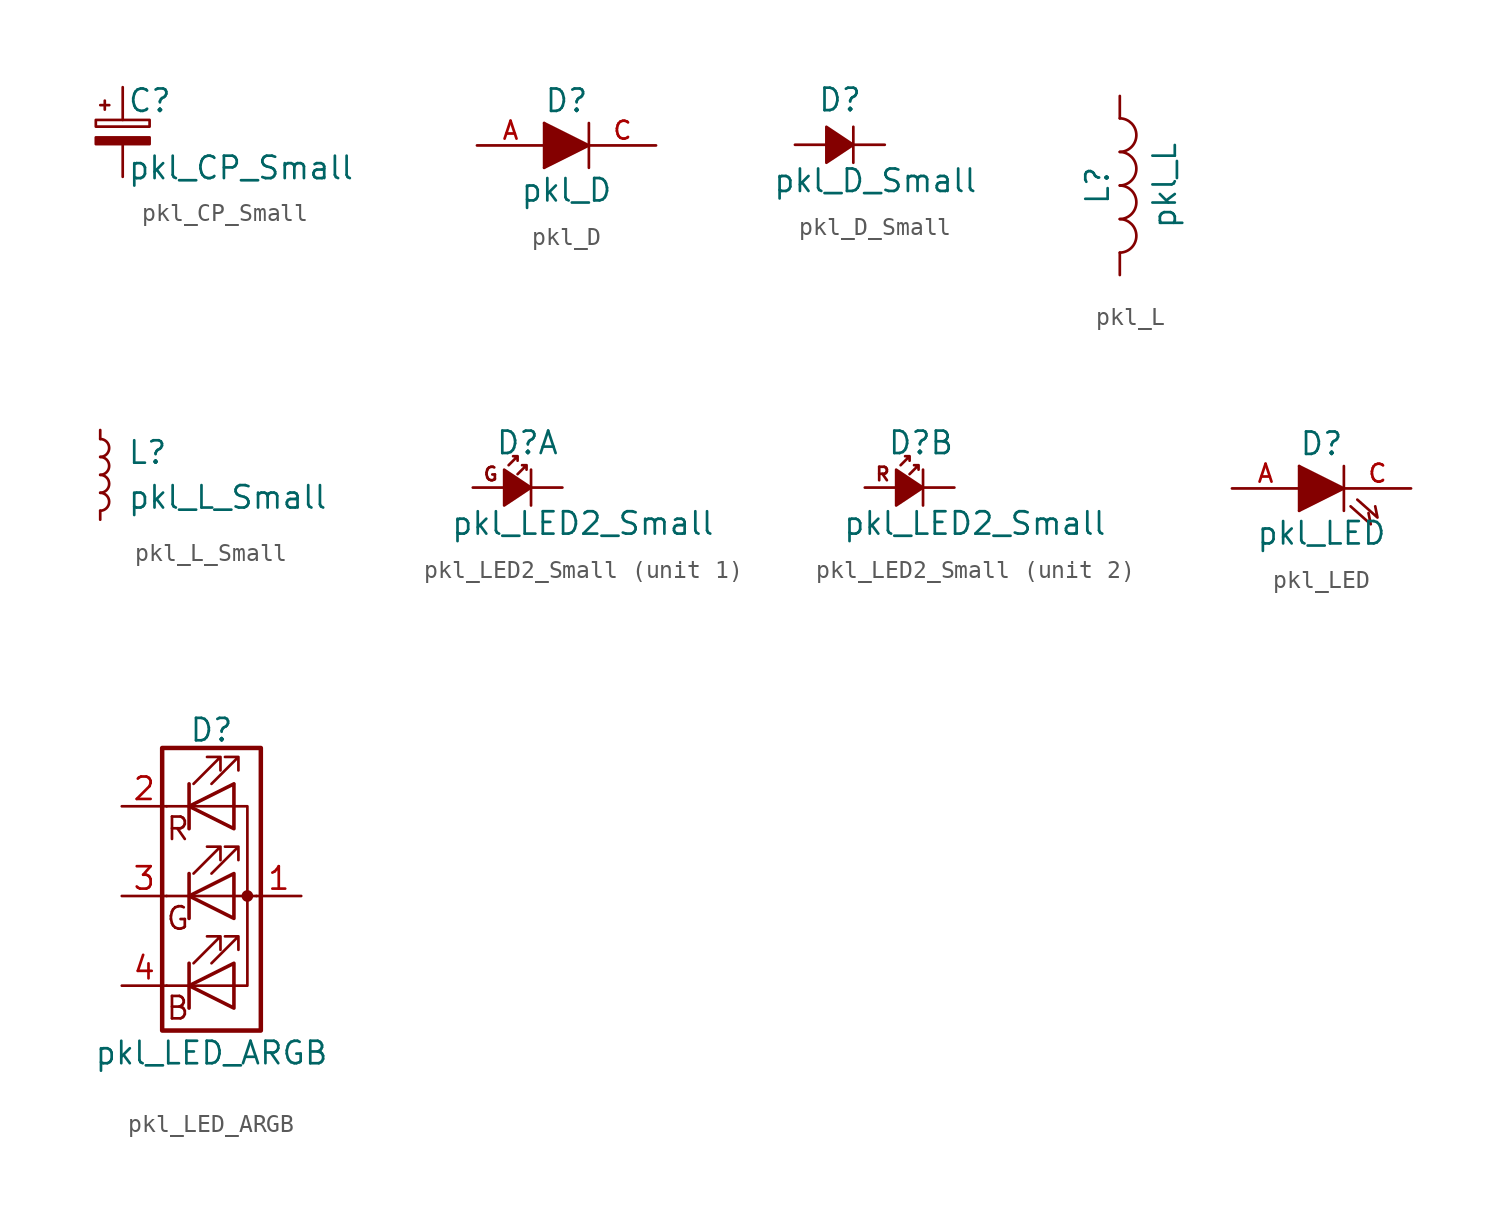
<source format=kicad_sym>
(kicad_symbol_lib
  (version 20220914)
  (generator kicad_symbol_editor)
  (symbol "pkl_CP_Small"
    (pin_numbers hide)
    (pin_names
      (offset 0.254) hide)
    (property "Reference" "C"
      (at 0.254 1.778 0)
      (effects (font (size 1.27 1.27)) (justify left)))
    (property "Value" "pkl_CP_Small"
      (at 0.254 -2.032 0)
      (effects (font (size 1.27 1.27)) (justify left)))
    (symbol "pkl_CP_Small_0_1"
      (rectangle (start -1.524 -0.305) (end 1.524 -0.686) (stroke (width 0) (type default)) (fill (type outline)))
      (rectangle (start -1.524 0.686) (end 1.524 0.305) (stroke (width 0) (type default)) (fill (type none)))
      (polyline (pts (xy -1.27 1.524) (xy -0.762 1.524)) (stroke (width 0) (type default)) (fill (type none)))
      (polyline (pts (xy -1.016 1.27) (xy -1.016 1.778)) (stroke (width 0) (type default)) (fill (type none))))
    (symbol "pkl_CP_Small_1_1"
      (pin passive line (at 0 2.54 270) (length 1.854) (name "~" (effects (font (size 1.016 1.016)))) (number "1" (effects (font (size 1.016 1.016)))))
      (pin passive line (at 0 -2.54 90) (length 1.854) (name "~" (effects (font (size 1.016 1.016)))) (number "2" (effects (font (size 1.016 1.016)))))))
  (symbol "pkl_D"
    (pin_names
      (offset 1.016) hide)
    (property "Reference" "D"
      (at 0 2.54 0)
      (effects (font (size 1.27 1.27))))
    (property "Value" "pkl_D"
      (at 0 -2.54 0)
      (effects (font (size 1.27 1.27))))
    (symbol "pkl_D_0_1"
      (polyline (pts (xy -1.27 1.27) (xy -1.27 -1.27)) (stroke (width 0) (type default)) (fill (type none)))
      (polyline (pts (xy 1.27 1.27) (xy 1.27 -1.27)) (stroke (width 0) (type default)) (fill (type none)))
      (polyline (pts (xy -1.27 1.27) (xy 1.27 0) (xy -1.27 -1.27)) (stroke (width 0) (type default)) (fill (type outline))))
    (symbol "pkl_D_1_1"
      (pin passive line (at -5.08 0 0) (length 3.81) (name "A" (effects (font (size 1.016 1.016)))) (number "A" (effects (font (size 1.016 1.016)))))
      (pin passive line (at 5.08 0 180) (length 3.81) (name "C" (effects (font (size 1.016 1.016)))) (number "C" (effects (font (size 1.016 1.016)))))))
  (symbol "pkl_D_Small"
    (pin_numbers hide)
    (pin_names
      (offset 0.254) hide)
    (property "Reference" "D"
      (at -1.27 2.54 0)
      (effects (font (size 1.27 1.27)) (justify left)))
    (property "Value" "pkl_D_Small"
      (at -3.81 -2.032 0)
      (effects (font (size 1.27 1.27)) (justify left)))
    (symbol "pkl_D_Small_0_1"
      (polyline (pts (xy 0.762 -1.016) (xy 0.762 1.016)) (stroke (width 0) (type default)) (fill (type none)))
      (polyline (pts (xy -0.762 -1.016) (xy 0.762 0) (xy -0.762 1.016) (xy -0.762 -1.016)) (stroke (width 0) (type default)) (fill (type outline))))
    (symbol "pkl_D_Small_1_1"
      (pin passive line (at -2.54 0 0) (length 1.778) (name "A" (effects (font (size 1.016 1.016)))) (number "A" (effects (font (size 1.016 1.016)))))
      (pin passive line (at 2.54 0 180) (length 1.778) (name "C" (effects (font (size 1.016 1.016)))) (number "C" (effects (font (size 1.016 1.016)))))))
  (symbol "pkl_L"
    (pin_numbers hide)
    (pin_names
      (offset 1.016) hide)
    (property "Reference" "L"
      (at -1.27 0 90)
      (effects (font (size 1.27 1.27))))
    (property "Value" "pkl_L"
      (at 2.54 0 90)
      (effects (font (size 1.27 1.27))))
    (symbol "pkl_L_0_1"
      (arc (start 0 -3.81) (mid 0.9388 -2.8575) (end 0 -1.905) (stroke (width 0) (type default)) (fill (type none)))
      (arc (start 0 -1.905) (mid 0.9388 -0.9525) (end 0 0) (stroke (width 0) (type default)) (fill (type none)))
      (arc (start 0 0) (mid 0.9399 0.9525) (end 0 1.905) (stroke (width 0) (type default)) (fill (type none)))
      (arc (start 0 1.905) (mid 0.9399 2.8575) (end 0 3.81) (stroke (width 0) (type default)) (fill (type none))))
    (symbol "pkl_L_1_1"
      (pin passive line (at 0 5.08 270) (length 1.27) (name "1" (effects (font (size 1.778 1.778)))) (number "1" (effects (font (size 1.778 1.778)))))
      (pin passive line (at 0 -5.08 90) (length 1.27) (name "2" (effects (font (size 1.778 1.778)))) (number "2" (effects (font (size 1.778 1.778)))))))
  (symbol "pkl_L_Small"
    (pin_numbers hide)
    (pin_names
      (offset 0) hide)
    (property "Reference" "L"
      (at 1.524 1.27 0)
      (effects (font (size 1.27 1.27)) (justify left)))
    (property "Value" "pkl_L_Small"
      (at 1.524 -1.27 0)
      (effects (font (size 1.27 1.27)) (justify left)))
    (symbol "pkl_L_Small_0_1"
      (arc (start 0 -2.032) (mid 0.5058 -1.524) (end 0 -1.016) (stroke (width 0) (type default)) (fill (type none)))
      (arc (start 0 -1.016) (mid 0.5058 -0.508) (end 0 0) (stroke (width 0) (type default)) (fill (type none)))
      (arc (start 0 0) (mid 0.5058 0.508) (end 0 1.016) (stroke (width 0) (type default)) (fill (type none)))
      (arc (start 0 1.016) (mid 0.5058 1.524) (end 0 2.032) (stroke (width 0) (type default)) (fill (type none))))
    (symbol "pkl_L_Small_1_1"
      (pin input line (at 0 -2.54 90) (length 0.508) (name "1" (effects (font (size 0.762 0.762)))) (number "1" (effects (font (size 0.762 0.762)))))
      (pin input line (at 0 2.54 270) (length 0.508) (name "2" (effects (font (size 0.762 0.762)))) (number "2" (effects (font (size 0.762 0.762)))))))
  (symbol "pkl_LED2_Small"
    (pin_numbers hide)
    (pin_names
      (offset 0.051) hide)
    (property "Reference" "D"
      (at -1.27 2.54 0)
      (effects (font (size 1.27 1.27)) (justify left)))
    (property "Value" "pkl_LED2_Small"
      (at -3.81 -2.032 0)
      (effects (font (size 1.27 1.27)) (justify left)))
    (symbol "pkl_LED2_Small_0_1"
      (polyline (pts (xy 0.762 -1.016) (xy 0.762 1.016)) (stroke (width 0) (type default)) (fill (type none)))
      (polyline (pts (xy -0.762 -1.016) (xy 0.762 0) (xy -0.762 1.016) (xy -0.762 -1.016)) (stroke (width 0) (type default)) (fill (type outline)))
      (polyline (pts (xy -0.508 1.27) (xy 0 1.778) (xy -0.254 1.778) (xy 0 1.778) (xy 0 1.524)) (stroke (width 0) (type default)) (fill (type none)))
      (polyline (pts (xy 0 0.762) (xy 0.508 1.27) (xy 0.254 1.27) (xy 0.508 1.27) (xy 0.508 1.016)) (stroke (width 0) (type default)) (fill (type none))))
    (symbol "pkl_LED2_Small_1_0"
      (text "G" (at -1.524 0.762 0) (effects (font (size 0.762 0.762)))))
    (symbol "pkl_LED2_Small_1_1"
      (pin passive line (at -2.54 0 0) (length 1.778) (name "A" (effects (font (size 1.016 1.016)))) (number "A1" (effects (font (size 1.016 1.016)))))
      (pin passive line (at 2.54 0 180) (length 1.778) (name "C" (effects (font (size 1.016 1.016)))) (number "C1" (effects (font (size 1.016 1.016))))))
    (symbol "pkl_LED2_Small_2_0"
      (text "R" (at -1.524 0.762 0) (effects (font (size 0.762 0.762)))))
    (symbol "pkl_LED2_Small_2_1"
      (pin passive line (at -2.54 0 0) (length 1.778) (name "A" (effects (font (size 1.016 1.016)))) (number "A2" (effects (font (size 1.016 1.016)))))
      (pin passive line (at 2.54 0 180) (length 1.778) (name "C" (effects (font (size 1.016 1.016)))) (number "C2" (effects (font (size 1.016 1.016)))))))
  (symbol "pkl_LED"
    (pin_names
      (offset 1.016) hide)
    (property "Reference" "D"
      (at 0 2.54 0)
      (effects (font (size 1.27 1.27))))
    (property "Value" "pkl_LED"
      (at 0 -2.54 0)
      (effects (font (size 1.27 1.27))))
    (symbol "pkl_LED_0_1"
      (polyline (pts (xy -1.27 1.27) (xy -1.27 -1.27)) (stroke (width 0) (type default)) (fill (type none)))
      (polyline (pts (xy 1.27 1.27) (xy 1.27 -1.27)) (stroke (width 0) (type default)) (fill (type none)))
      (polyline (pts (xy -1.27 1.27) (xy 1.27 0) (xy -1.27 -1.27)) (stroke (width 0) (type default)) (fill (type outline)))
      (polyline (pts (xy 1.651 -1.016) (xy 2.794 -2.032) (xy 2.667 -1.397)) (stroke (width 0) (type default)) (fill (type none)))
      (polyline (pts (xy 2.032 -0.635) (xy 3.175 -1.651) (xy 3.048 -1.016)) (stroke (width 0) (type default)) (fill (type none))))
    (symbol "pkl_LED_1_1"
      (pin passive line (at -5.08 0 0) (length 3.81) (name "A" (effects (font (size 1.016 1.016)))) (number "A" (effects (font (size 1.016 1.016)))))
      (pin passive line (at 5.08 0 180) (length 3.81) (name "C" (effects (font (size 1.016 1.016)))) (number "C" (effects (font (size 1.016 1.016)))))))
  (symbol "pkl_LED_ARGB"
    (pin_names
      (offset 0) hide)
    (property "Reference" "D"
      (at 0 9.398 0)
      (effects (font (size 1.27 1.27))))
    (property "Value" "pkl_LED_ARGB"
      (at 0 -8.89 0)
      (effects (font (size 1.27 1.27))))
    (symbol "pkl_LED_ARGB_0_0"
      (text "B" (at -1.905 -6.35 0) (effects (font (size 1.27 1.27))))
      (text "G" (at -1.905 -1.27 0) (effects (font (size 1.27 1.27))))
      (text "R" (at -1.905 3.81 0) (effects (font (size 1.27 1.27)))))
    (symbol "pkl_LED_ARGB_0_1"
      (polyline (pts (xy -2.54 -5.08) (xy 1.27 -5.08)) (stroke (width 0) (type default)) (fill (type none)))
      (polyline (pts (xy -1.27 -3.81) (xy -1.27 -6.35)) (stroke (width 0.203) (type default)) (fill (type none)))
      (polyline (pts (xy -1.27 1.27) (xy -1.27 -1.27)) (stroke (width 0.203) (type default)) (fill (type none)))
      (polyline (pts (xy -1.27 6.35) (xy -1.27 3.81)) (stroke (width 0.203) (type default)) (fill (type none)))
      (polyline (pts (xy 1.27 5.08) (xy -2.54 5.08)) (stroke (width 0) (type default)) (fill (type none)))
      (polyline (pts (xy 2.54 0) (xy -2.54 0)) (stroke (width 0) (type default)) (fill (type none)))
      (polyline (pts (xy 1.27 -5.08) (xy 2.032 -5.08) (xy 2.032 5.08) (xy 1.27 5.08)) (stroke (width 0) (type default)) (fill (type none)))
      (polyline (pts (xy 1.27 -3.81) (xy 1.27 -6.35) (xy -1.27 -5.08) (xy 1.27 -3.81)) (stroke (width 0.203) (type default)) (fill (type none)))
      (polyline (pts (xy 1.27 1.27) (xy 1.27 -1.27) (xy -1.27 0) (xy 1.27 1.27)) (stroke (width 0.203) (type default)) (fill (type none)))
      (polyline (pts (xy 1.27 6.35) (xy 1.27 3.81) (xy -1.27 5.08) (xy 1.27 6.35)) (stroke (width 0.203) (type default)) (fill (type none)))
      (polyline (pts (xy -1.016 -3.81) (xy 0.508 -2.286) (xy -0.254 -2.286) (xy 0.508 -2.286) (xy 0.508 -3.048)) (stroke (width 0) (type default)) (fill (type none)))
      (polyline (pts (xy -1.016 1.27) (xy 0.508 2.794) (xy -0.254 2.794) (xy 0.508 2.794) (xy 0.508 2.032)) (stroke (width 0) (type default)) (fill (type none)))
      (polyline (pts (xy -1.016 6.35) (xy 0.508 7.874) (xy -0.254 7.874) (xy 0.508 7.874) (xy 0.508 7.112)) (stroke (width 0) (type default)) (fill (type none)))
      (polyline (pts (xy 0 -3.81) (xy 1.524 -2.286) (xy 0.762 -2.286) (xy 1.524 -2.286) (xy 1.524 -3.048)) (stroke (width 0) (type default)) (fill (type none)))
      (polyline (pts (xy 0 1.27) (xy 1.524 2.794) (xy 0.762 2.794) (xy 1.524 2.794) (xy 1.524 2.032)) (stroke (width 0) (type default)) (fill (type none)))
      (polyline (pts (xy 0 6.35) (xy 1.524 7.874) (xy 0.762 7.874) (xy 1.524 7.874) (xy 1.524 7.112)) (stroke (width 0) (type default)) (fill (type none)))
      (rectangle (start 1.27 6.35) (end 1.27 6.35) (stroke (width 0) (type default)) (fill (type none)))
      (circle (center 2.032 0) (radius 0.254) (stroke (width 0) (type default)) (fill (type outline)))
      (rectangle (start 2.794 8.382) (end -2.794 -7.62) (stroke (width 0.254) (type default)) (fill (type none))))
    (symbol "pkl_LED_ARGB_1_1"
      (pin passive line (at 5.08 0 180) (length 2.54) (name "A" (effects (font (size 1.27 1.27)))) (number "1" (effects (font (size 1.27 1.27)))))
      (pin passive line (at -5.08 5.08 0) (length 2.54) (name "RK" (effects (font (size 1.27 1.27)))) (number "2" (effects (font (size 1.27 1.27)))))
      (pin passive line (at -5.08 0 0) (length 2.54) (name "GK" (effects (font (size 1.27 1.27)))) (number "3" (effects (font (size 1.27 1.27)))))
      (pin passive line (at -5.08 -5.08 0) (length 2.54) (name "BK" (effects (font (size 1.27 1.27)))) (number "4" (effects (font (size 1.27 1.27))))))))
</source>
